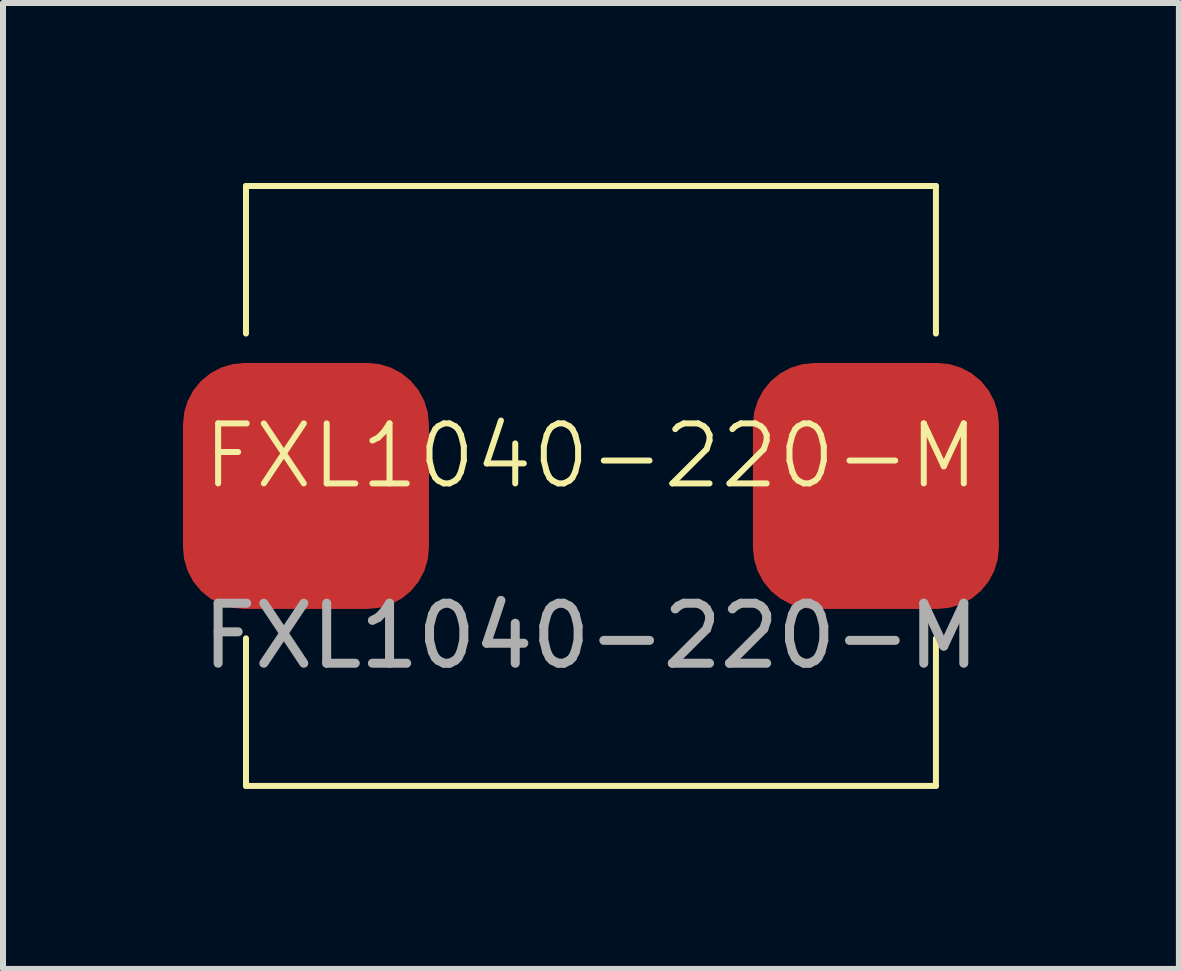
<source format=kicad_pcb>
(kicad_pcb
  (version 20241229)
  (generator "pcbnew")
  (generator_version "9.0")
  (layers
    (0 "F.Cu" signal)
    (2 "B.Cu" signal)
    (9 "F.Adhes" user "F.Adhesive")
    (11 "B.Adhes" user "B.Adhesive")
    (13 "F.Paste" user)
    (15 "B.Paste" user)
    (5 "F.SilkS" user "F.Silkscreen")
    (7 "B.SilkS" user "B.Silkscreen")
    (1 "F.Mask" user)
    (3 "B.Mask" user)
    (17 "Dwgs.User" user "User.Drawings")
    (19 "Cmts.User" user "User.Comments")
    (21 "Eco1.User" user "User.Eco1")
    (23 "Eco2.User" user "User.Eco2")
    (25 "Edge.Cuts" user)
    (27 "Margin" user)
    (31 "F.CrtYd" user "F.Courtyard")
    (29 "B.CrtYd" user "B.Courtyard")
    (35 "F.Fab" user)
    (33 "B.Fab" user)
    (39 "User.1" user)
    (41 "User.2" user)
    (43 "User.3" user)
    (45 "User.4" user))
  (footprint "FXL1040-220-M"
    (layer "F.Cu")
    (at 6.8 5.05)
    (property "Reference" "FXL1040-220-M" (at 0 -0.5 0) (unlocked yes) (layer "F.SilkS") (effects (font (size 1 1) (thickness 0.1))))
    (attr smd)
    (fp_line (start -5.75 -5) (end 5.75 -5) (stroke (width 0.1) (type default)) (layer "F.SilkS"))
    (fp_line (start -5.75 -2.54) (end -5.75 -5) (stroke (width 0.1) (type default)) (layer "F.SilkS"))
    (fp_line (start -5.75 5) (end -5.75 2.54) (stroke (width 0.1) (type default)) (layer "F.SilkS"))
    (fp_line (start 5.75 -5) (end 5.75 -2.54) (stroke (width 0.1) (type default)) (layer "F.SilkS"))
    (fp_line (start 5.75 2.54) (end 5.75 5) (stroke (width 0.1) (type default)) (layer "F.SilkS"))
    (fp_line (start 5.75 5) (end -5.75 5) (stroke (width 0.1) (type default)) (layer "F.SilkS"))
    (fp_rect (start -5.75 -5) (end 5.75 5) (stroke (width 0.1) (type default)) (fill no) (layer "User.1"))
    (fp_text user "${REFERENCE}" (at 0 2.5 0) (unlocked yes) (layer "F.Fab") (effects (font (size 1 1) (thickness 0.15))))
    (pad "1" smd roundrect (at 4.75 0) (size 4.1 4.1) (layers "F.Cu" "F.Mask" "F.Paste") (roundrect_rratio 0.25))
    (pad "2" smd roundrect (at -4.75 0) (size 4.1 4.1) (layers "F.Cu" "F.Mask" "F.Paste") (roundrect_rratio 0.25)))
  (gr_rect
    (start -3 -3)
    (end 16.6 13.1)
    (stroke (width 0.1) (type default))
    (fill no)
    (layer "Edge.Cuts")))
</source>
